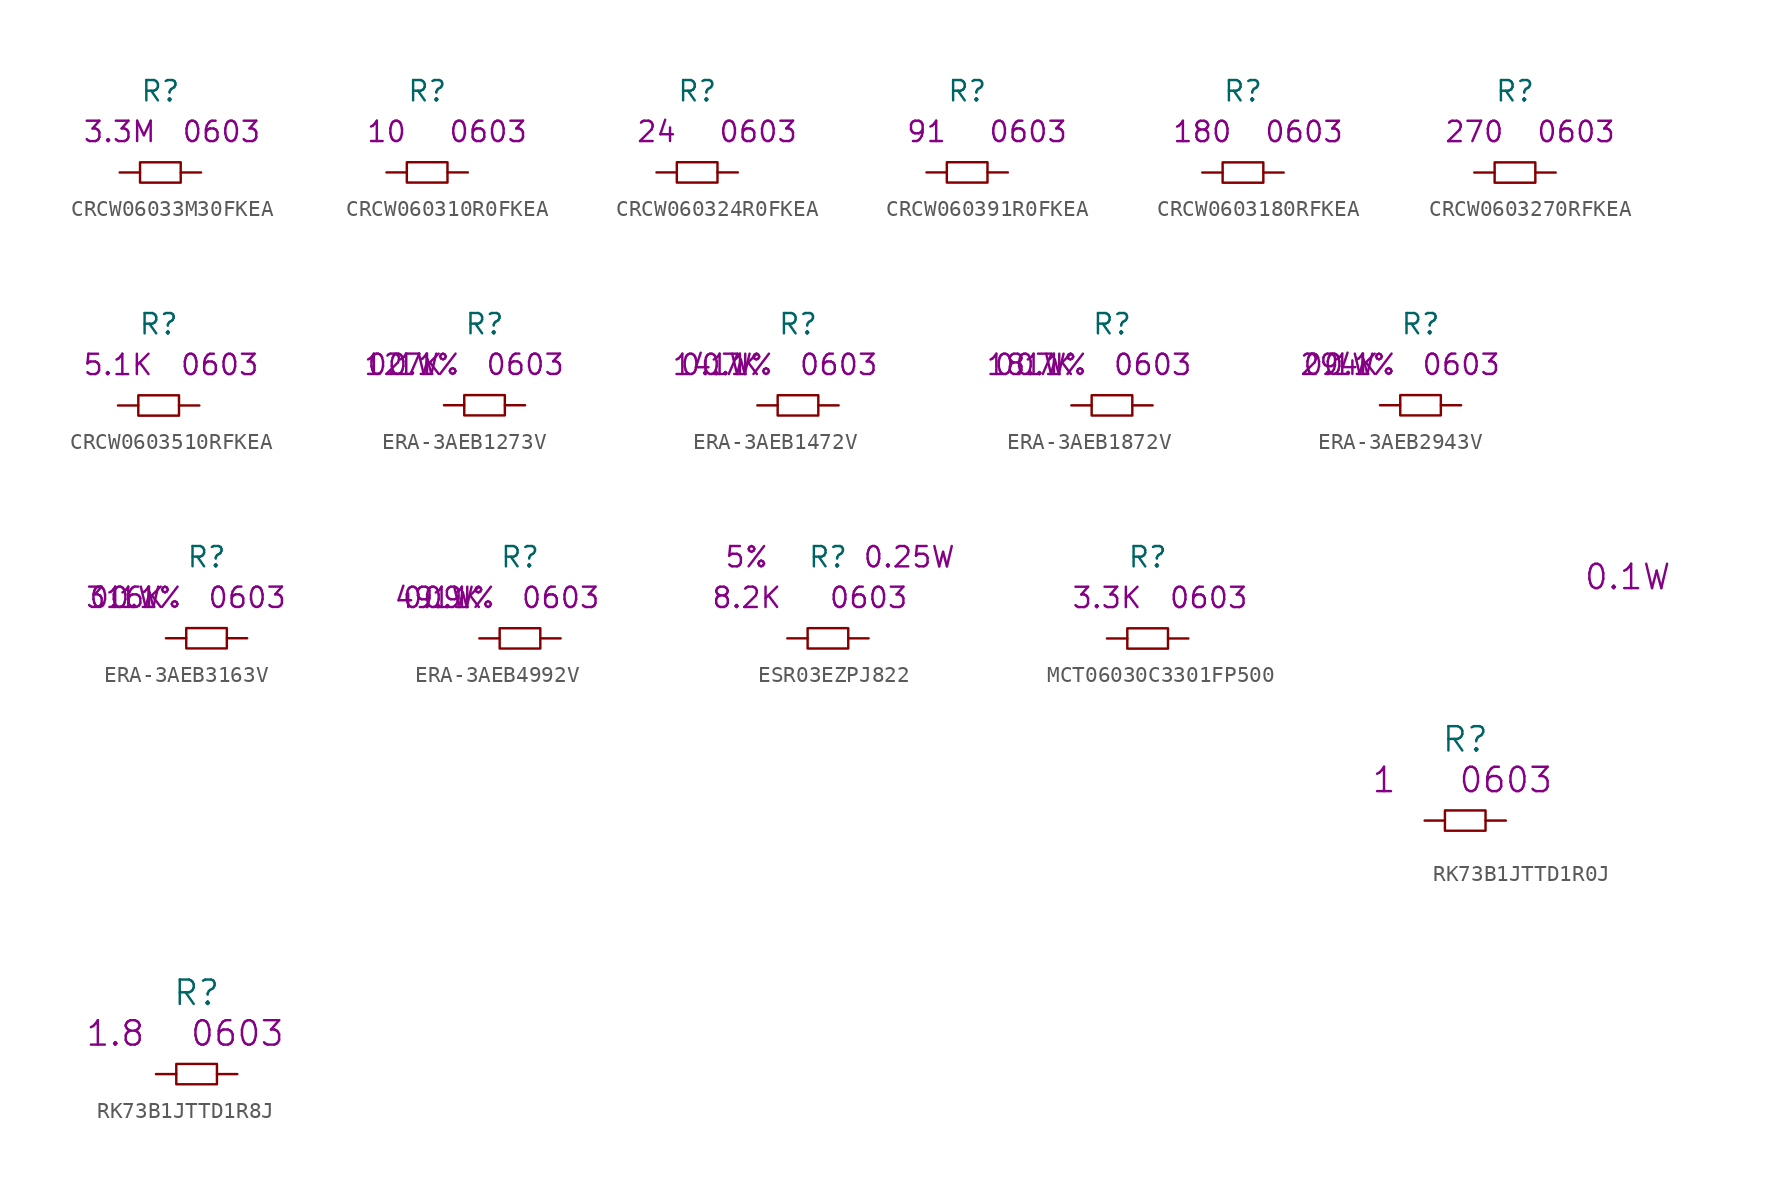
<source format=kicad_sym>
(kicad_symbol_lib
  (version 20220914)
  (generator kicad_symbol_editor)
  (symbol "CRCW06033M30FKEA"
    (pin_numbers hide)
    (pin_names
      (offset 1.016) hide)
    (property "Reference" "R"
      (at 0 5.08 0)
      (effects (font (size 1.27 1.27))))
    (property "Size" "0603"
      (at 3.81 2.54 0)
      (effects (font (size 1.27 1.27))))
    (property "Value2" "3.3M"
      (at -2.54 2.54 0)
      (effects (font (size 1.27 1.27))))
    (symbol "CRCW06033M30FKEA_0_1"
      (rectangle (start -1.27 0.635) (end 1.27 -0.635) (stroke (width 0) (type solid)) (fill (type none))))
    (symbol "CRCW06033M30FKEA_1_1"
      (pin passive line (at -2.54 0 0) (length 1.27) (name "1" (effects (font (size 1.27 1.27)))) (number "1" (effects (font (size 1.27 1.27)))))
      (pin passive line (at 2.54 0 180) (length 1.27) (name "2" (effects (font (size 1.27 1.27)))) (number "2" (effects (font (size 1.27 1.27)))))))
  (symbol "CRCW060310R0FKEA"
    (pin_numbers hide)
    (pin_names
      (offset 1.016) hide)
    (property "Reference" "R"
      (at 0 5.08 0)
      (effects (font (size 1.27 1.27))))
    (property "Size" "0603"
      (at 3.81 2.54 0)
      (effects (font (size 1.27 1.27))))
    (property "Value2" "10"
      (at -2.54 2.54 0)
      (effects (font (size 1.27 1.27))))
    (symbol "CRCW060310R0FKEA_0_1"
      (rectangle (start -1.27 0.635) (end 1.27 -0.635) (stroke (width 0) (type solid)) (fill (type none))))
    (symbol "CRCW060310R0FKEA_1_1"
      (pin passive line (at -2.54 0 0) (length 1.27) (name "1" (effects (font (size 1.27 1.27)))) (number "1" (effects (font (size 1.27 1.27)))))
      (pin passive line (at 2.54 0 180) (length 1.27) (name "2" (effects (font (size 1.27 1.27)))) (number "2" (effects (font (size 1.27 1.27)))))))
  (symbol "CRCW060324R0FKEA"
    (pin_numbers hide)
    (pin_names
      (offset 1.016) hide)
    (property "Reference" "R"
      (at 0 5.08 0)
      (effects (font (size 1.27 1.27))))
    (property "Size" "0603"
      (at 3.81 2.54 0)
      (effects (font (size 1.27 1.27))))
    (property "Value2" "24"
      (at -2.54 2.54 0)
      (effects (font (size 1.27 1.27))))
    (symbol "CRCW060324R0FKEA_0_1"
      (rectangle (start -1.27 0.635) (end 1.27 -0.635) (stroke (width 0) (type solid)) (fill (type none))))
    (symbol "CRCW060324R0FKEA_1_1"
      (pin passive line (at -2.54 0 0) (length 1.27) (name "1" (effects (font (size 1.27 1.27)))) (number "1" (effects (font (size 1.27 1.27)))))
      (pin passive line (at 2.54 0 180) (length 1.27) (name "2" (effects (font (size 1.27 1.27)))) (number "2" (effects (font (size 1.27 1.27)))))))
  (symbol "CRCW060391R0FKEA"
    (pin_numbers hide)
    (pin_names
      (offset 1.016) hide)
    (property "Reference" "R"
      (at 0 5.08 0)
      (effects (font (size 1.27 1.27))))
    (property "Size" "0603"
      (at 3.81 2.54 0)
      (effects (font (size 1.27 1.27))))
    (property "Value2" "91"
      (at -2.54 2.54 0)
      (effects (font (size 1.27 1.27))))
    (symbol "CRCW060391R0FKEA_0_1"
      (rectangle (start -1.27 0.635) (end 1.27 -0.635) (stroke (width 0) (type solid)) (fill (type none))))
    (symbol "CRCW060391R0FKEA_1_1"
      (pin passive line (at -2.54 0 0) (length 1.27) (name "1" (effects (font (size 1.27 1.27)))) (number "1" (effects (font (size 1.27 1.27)))))
      (pin passive line (at 2.54 0 180) (length 1.27) (name "2" (effects (font (size 1.27 1.27)))) (number "2" (effects (font (size 1.27 1.27)))))))
  (symbol "CRCW0603180RFKEA"
    (pin_numbers hide)
    (pin_names
      (offset 1.016) hide)
    (property "Reference" "R"
      (at 0 5.08 0)
      (effects (font (size 1.27 1.27))))
    (property "Size" "0603"
      (at 3.81 2.54 0)
      (effects (font (size 1.27 1.27))))
    (property "Value2" "180"
      (at -2.54 2.54 0)
      (effects (font (size 1.27 1.27))))
    (symbol "CRCW0603180RFKEA_0_1"
      (rectangle (start -1.27 0.635) (end 1.27 -0.635) (stroke (width 0) (type solid)) (fill (type none))))
    (symbol "CRCW0603180RFKEA_1_1"
      (pin passive line (at -2.54 0 0) (length 1.27) (name "1" (effects (font (size 1.27 1.27)))) (number "1" (effects (font (size 1.27 1.27)))))
      (pin passive line (at 2.54 0 180) (length 1.27) (name "2" (effects (font (size 1.27 1.27)))) (number "2" (effects (font (size 1.27 1.27)))))))
  (symbol "CRCW0603270RFKEA"
    (pin_numbers hide)
    (pin_names
      (offset 1.016) hide)
    (property "Reference" "R"
      (at 0 5.08 0)
      (effects (font (size 1.27 1.27))))
    (property "Size" "0603"
      (at 3.81 2.54 0)
      (effects (font (size 1.27 1.27))))
    (property "Value2" "270"
      (at -2.54 2.54 0)
      (effects (font (size 1.27 1.27))))
    (symbol "CRCW0603270RFKEA_0_1"
      (rectangle (start -1.27 0.635) (end 1.27 -0.635) (stroke (width 0) (type solid)) (fill (type none))))
    (symbol "CRCW0603270RFKEA_1_1"
      (pin passive line (at -2.54 0 0) (length 1.27) (name "1" (effects (font (size 1.27 1.27)))) (number "1" (effects (font (size 1.27 1.27)))))
      (pin passive line (at 2.54 0 180) (length 1.27) (name "2" (effects (font (size 1.27 1.27)))) (number "2" (effects (font (size 1.27 1.27)))))))
  (symbol "CRCW0603510RFKEA"
    (pin_numbers hide)
    (pin_names
      (offset 1.016) hide)
    (property "Reference" "R"
      (at 0 5.08 0)
      (effects (font (size 1.27 1.27))))
    (property "Size" "0603"
      (at 3.81 2.54 0)
      (effects (font (size 1.27 1.27))))
    (property "Value2" "5.1K"
      (at -2.54 2.54 0)
      (effects (font (size 1.27 1.27))))
    (symbol "CRCW0603510RFKEA_0_1"
      (rectangle (start -1.27 0.635) (end 1.27 -0.635) (stroke (width 0) (type solid)) (fill (type none))))
    (symbol "CRCW0603510RFKEA_1_1"
      (pin passive line (at -2.54 0 0) (length 1.27) (name "1" (effects (font (size 1.27 1.27)))) (number "1" (effects (font (size 1.27 1.27)))))
      (pin passive line (at 2.54 0 180) (length 1.27) (name "2" (effects (font (size 1.27 1.27)))) (number "2" (effects (font (size 1.27 1.27)))))))
  (symbol "ERA-3AEB1273V"
    (pin_numbers hide)
    (pin_names
      (offset 1.016) hide)
    (property "Reference" "R"
      (at 0 5.08 0)
      (effects (font (size 1.27 1.27))))
    (property "Size" "0603"
      (at 2.54 2.54 0)
      (effects (font (size 1.27 1.27))))
    (property "Value2" "127K"
      (at -5.08 2.54 0)
      (effects (font (size 1.27 1.27))))
    (property "Rating" "0.1W"
      (at -5.08 2.54 0)
      (effects (font (size 1.27 1.27))))
    (property "Tolerance" "0.1%"
      (at -3.81 2.54 0)
      (effects (font (size 1.27 1.27))))
    (symbol "ERA-3AEB1273V_0_1"
      (rectangle (start -1.27 0.635) (end 1.27 -0.635) (stroke (width 0) (type solid)) (fill (type none))))
    (symbol "ERA-3AEB1273V_1_1"
      (pin passive line (at -2.54 0 0) (length 1.27) (name "1" (effects (font (size 1.27 1.27)))) (number "1" (effects (font (size 1.27 1.27)))))
      (pin passive line (at 2.54 0 180) (length 1.27) (name "2" (effects (font (size 1.27 1.27)))) (number "2" (effects (font (size 1.27 1.27)))))))
  (symbol "ERA-3AEB1472V"
    (pin_numbers hide)
    (pin_names
      (offset 1.016) hide)
    (property "Reference" "R"
      (at 0 5.08 0)
      (effects (font (size 1.27 1.27))))
    (property "Size" "0603"
      (at 2.54 2.54 0)
      (effects (font (size 1.27 1.27))))
    (property "Value2" "14.7K"
      (at -5.08 2.54 0)
      (effects (font (size 1.27 1.27))))
    (property "Rating" "0.1W"
      (at -5.08 2.54 0)
      (effects (font (size 1.27 1.27))))
    (property "Tolerance" "0.1%"
      (at -3.81 2.54 0)
      (effects (font (size 1.27 1.27))))
    (symbol "ERA-3AEB1472V_0_1"
      (rectangle (start -1.27 0.635) (end 1.27 -0.635) (stroke (width 0) (type solid)) (fill (type none))))
    (symbol "ERA-3AEB1472V_1_1"
      (pin passive line (at -2.54 0 0) (length 1.27) (name "1" (effects (font (size 1.27 1.27)))) (number "1" (effects (font (size 1.27 1.27)))))
      (pin passive line (at 2.54 0 180) (length 1.27) (name "2" (effects (font (size 1.27 1.27)))) (number "2" (effects (font (size 1.27 1.27)))))))
  (symbol "ERA-3AEB1872V"
    (pin_numbers hide)
    (pin_names
      (offset 1.016) hide)
    (property "Reference" "R"
      (at 0 5.08 0)
      (effects (font (size 1.27 1.27))))
    (property "Size" "0603"
      (at 2.54 2.54 0)
      (effects (font (size 1.27 1.27))))
    (property "Value2" "18.7K"
      (at -5.08 2.54 0)
      (effects (font (size 1.27 1.27))))
    (property "Rating" "0.1W"
      (at -5.08 2.54 0)
      (effects (font (size 1.27 1.27))))
    (property "Tolerance" "0.1%"
      (at -3.81 2.54 0)
      (effects (font (size 1.27 1.27))))
    (symbol "ERA-3AEB1872V_0_1"
      (rectangle (start -1.27 0.635) (end 1.27 -0.635) (stroke (width 0) (type solid)) (fill (type none))))
    (symbol "ERA-3AEB1872V_1_1"
      (pin passive line (at -2.54 0 0) (length 1.27) (name "1" (effects (font (size 1.27 1.27)))) (number "1" (effects (font (size 1.27 1.27)))))
      (pin passive line (at 2.54 0 180) (length 1.27) (name "2" (effects (font (size 1.27 1.27)))) (number "2" (effects (font (size 1.27 1.27)))))))
  (symbol "ERA-3AEB2943V"
    (pin_numbers hide)
    (pin_names
      (offset 1.016) hide)
    (property "Reference" "R"
      (at 0 5.08 0)
      (effects (font (size 1.27 1.27))))
    (property "Size" "0603"
      (at 2.54 2.54 0)
      (effects (font (size 1.27 1.27))))
    (property "Value2" "294K"
      (at -5.08 2.54 0)
      (effects (font (size 1.27 1.27))))
    (property "Rating" "0.1W"
      (at -5.08 2.54 0)
      (effects (font (size 1.27 1.27))))
    (property "Tolerance" "0.1%"
      (at -3.81 2.54 0)
      (effects (font (size 1.27 1.27))))
    (symbol "ERA-3AEB2943V_0_1"
      (rectangle (start -1.27 0.635) (end 1.27 -0.635) (stroke (width 0) (type solid)) (fill (type none))))
    (symbol "ERA-3AEB2943V_1_1"
      (pin passive line (at -2.54 0 0) (length 1.27) (name "1" (effects (font (size 1.27 1.27)))) (number "1" (effects (font (size 1.27 1.27)))))
      (pin passive line (at 2.54 0 180) (length 1.27) (name "2" (effects (font (size 1.27 1.27)))) (number "2" (effects (font (size 1.27 1.27)))))))
  (symbol "ERA-3AEB3163V"
    (pin_numbers hide)
    (pin_names
      (offset 1.016) hide)
    (property "Reference" "R"
      (at 0 5.08 0)
      (effects (font (size 1.27 1.27))))
    (property "Size" "0603"
      (at 2.54 2.54 0)
      (effects (font (size 1.27 1.27))))
    (property "Value2" "316K"
      (at -5.08 2.54 0)
      (effects (font (size 1.27 1.27))))
    (property "Rating" "0.1W"
      (at -5.08 2.54 0)
      (effects (font (size 1.27 1.27))))
    (property "Tolerance" "0.1%"
      (at -3.81 2.54 0)
      (effects (font (size 1.27 1.27))))
    (symbol "ERA-3AEB3163V_0_1"
      (rectangle (start -1.27 0.635) (end 1.27 -0.635) (stroke (width 0) (type solid)) (fill (type none))))
    (symbol "ERA-3AEB3163V_1_1"
      (pin passive line (at -2.54 0 0) (length 1.27) (name "1" (effects (font (size 1.27 1.27)))) (number "1" (effects (font (size 1.27 1.27)))))
      (pin passive line (at 2.54 0 180) (length 1.27) (name "2" (effects (font (size 1.27 1.27)))) (number "2" (effects (font (size 1.27 1.27)))))))
  (symbol "ERA-3AEB4992V"
    (pin_numbers hide)
    (pin_names
      (offset 1.016) hide)
    (property "Reference" "R"
      (at 0 5.08 0)
      (effects (font (size 1.27 1.27))))
    (property "Size" "0603"
      (at 2.54 2.54 0)
      (effects (font (size 1.27 1.27))))
    (property "Value2" "49.9K"
      (at -5.08 2.54 0)
      (effects (font (size 1.27 1.27))))
    (property "Rating" "0.1W"
      (at -5.08 2.54 0)
      (effects (font (size 1.27 1.27))))
    (property "Tolerance" "0.1%"
      (at -3.81 2.54 0)
      (effects (font (size 1.27 1.27))))
    (symbol "ERA-3AEB4992V_0_1"
      (rectangle (start -1.27 0.635) (end 1.27 -0.635) (stroke (width 0) (type solid)) (fill (type none))))
    (symbol "ERA-3AEB4992V_1_1"
      (pin passive line (at -2.54 0 0) (length 1.27) (name "1" (effects (font (size 1.27 1.27)))) (number "1" (effects (font (size 1.27 1.27)))))
      (pin passive line (at 2.54 0 180) (length 1.27) (name "2" (effects (font (size 1.27 1.27)))) (number "2" (effects (font (size 1.27 1.27)))))))
  (symbol "ESR03EZPJ822"
    (pin_numbers hide)
    (pin_names
      (offset 1.016) hide)
    (property "Reference" "R"
      (at 0 5.08 0)
      (effects (font (size 1.27 1.27))))
    (property "Size" "0603"
      (at 2.54 2.54 0)
      (effects (font (size 1.27 1.27))))
    (property "Value2" "8.2K"
      (at -5.08 2.54 0)
      (effects (font (size 1.27 1.27))))
    (property "Rating" "0.25W"
      (at 5.08 5.08 0)
      (effects (font (size 1.27 1.27))))
    (property "Tolerance" "5%"
      (at -5.08 5.08 0)
      (effects (font (size 1.27 1.27))))
    (symbol "ESR03EZPJ822_0_1"
      (rectangle (start -1.27 0.635) (end 1.27 -0.635) (stroke (width 0) (type solid)) (fill (type none))))
    (symbol "ESR03EZPJ822_1_1"
      (pin passive line (at -2.54 0 0) (length 1.27) (name "1" (effects (font (size 1.27 1.27)))) (number "1" (effects (font (size 1.27 1.27)))))
      (pin passive line (at 2.54 0 180) (length 1.27) (name "2" (effects (font (size 1.27 1.27)))) (number "2" (effects (font (size 1.27 1.27)))))))
  (symbol "MCT06030C3301FP500"
    (pin_numbers hide)
    (pin_names
      (offset 1.016) hide)
    (property "Reference" "R"
      (at 0 5.08 0)
      (effects (font (size 1.27 1.27))))
    (property "Size" "0603"
      (at 3.81 2.54 0)
      (effects (font (size 1.27 1.27))))
    (property "Value2" "3.3K"
      (at -2.54 2.54 0)
      (effects (font (size 1.27 1.27))))
    (symbol "MCT06030C3301FP500_0_1"
      (rectangle (start -1.27 0.635) (end 1.27 -0.635) (stroke (width 0) (type solid)) (fill (type none))))
    (symbol "MCT06030C3301FP500_1_1"
      (pin passive line (at -2.54 0 0) (length 1.27) (name "1" (effects (font (size 1.27 1.27)))) (number "1" (effects (font (size 1.27 1.27)))))
      (pin passive line (at 2.54 0 180) (length 1.27) (name "2" (effects (font (size 1.27 1.27)))) (number "2" (effects (font (size 1.27 1.27)))))))
  (symbol "RK73B1JTTD1R0J"
    (pin_numbers hide)
    (pin_names
      (offset 1.016) hide)
    (property "Reference" "R"
      (at 0 5.08 0)
      (effects (font (size 1.524 1.524))))
    (property "Size" "0603"
      (at 2.54 2.54 0)
      (effects (font (size 1.524 1.524))))
    (property "Value2" "1"
      (at -5.08 2.54 0)
      (effects (font (size 1.524 1.524))))
    (property "Rating" "0.1W"
      (at 10.16 15.24 0)
      (effects (font (size 1.524 1.524))))
    (symbol "RK73B1JTTD1R0J_0_1"
      (rectangle (start -1.27 0.635) (end 1.27 -0.635) (stroke (width 0) (type solid)) (fill (type none))))
    (symbol "RK73B1JTTD1R0J_1_1"
      (pin passive line (at -2.54 0 0) (length 1.27) (name "1" (effects (font (size 1.27 1.27)))) (number "1" (effects (font (size 1.27 1.27)))))
      (pin passive line (at 2.54 0 180) (length 1.27) (name "2" (effects (font (size 1.27 1.27)))) (number "2" (effects (font (size 1.27 1.27)))))))
  (symbol "RK73B1JTTD1R8J"
    (pin_numbers hide)
    (pin_names
      (offset 1.016) hide)
    (property "Reference" "R"
      (at 0 5.08 0)
      (effects (font (size 1.524 1.524))))
    (property "Size" "0603"
      (at 2.54 2.54 0)
      (effects (font (size 1.524 1.524))))
    (property "Value2" "1.8"
      (at -5.08 2.54 0)
      (effects (font (size 1.524 1.524))))
    (symbol "RK73B1JTTD1R8J_0_1"
      (rectangle (start -1.27 0.635) (end 1.27 -0.635) (stroke (width 0) (type solid)) (fill (type none))))
    (symbol "RK73B1JTTD1R8J_1_1"
      (pin passive line (at -2.54 0 0) (length 1.27) (name "1" (effects (font (size 1.27 1.27)))) (number "1" (effects (font (size 1.27 1.27)))))
      (pin passive line (at 2.54 0 180) (length 1.27) (name "2" (effects (font (size 1.27 1.27)))) (number "2" (effects (font (size 1.27 1.27))))))))
</source>
